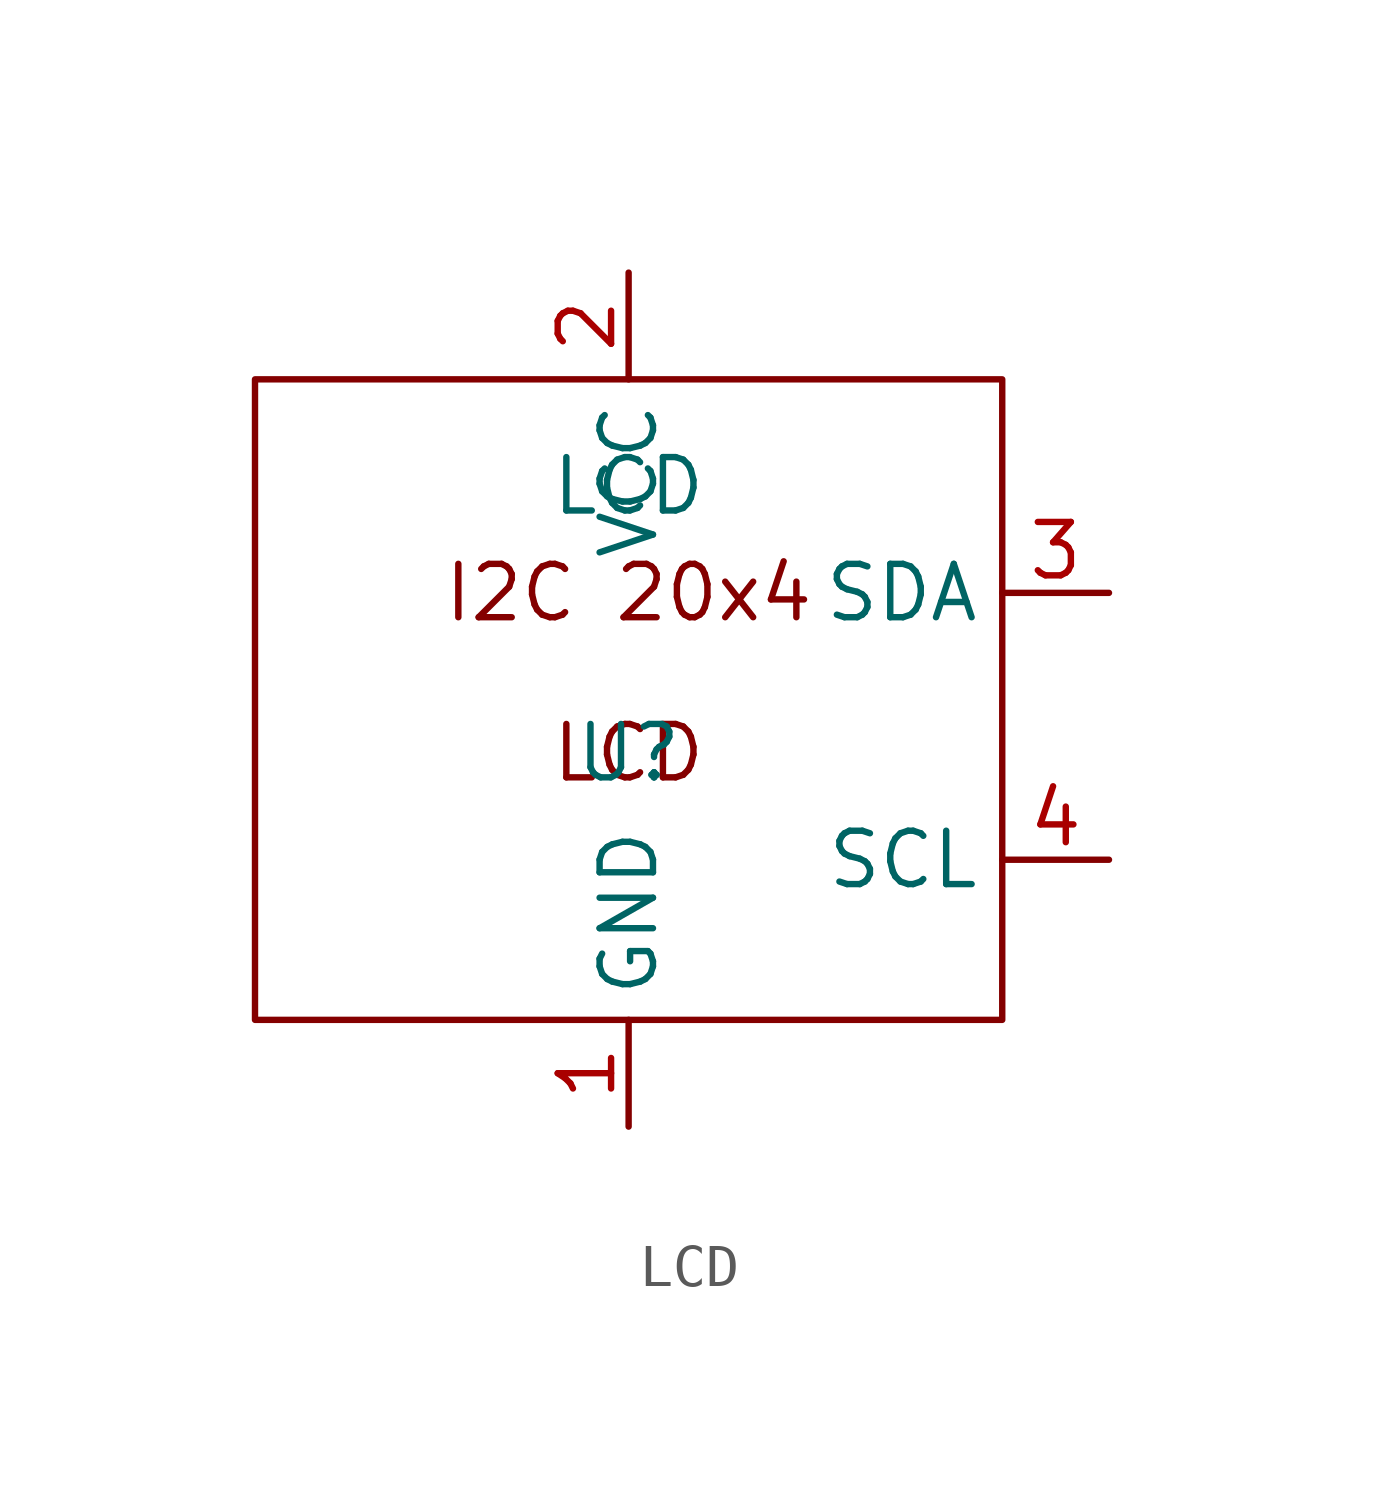
<source format=kicad_sym>
(kicad_symbol_lib
  (version 20211014)
  (generator kicad_symbol_editor)
  (symbol "LCD"
    (property "Reference" "U"
      (at 0 0 0)
      (effects (font (size 1.27 1.27))))
    (property "Value" "LCD"
      (at 0 6.35 0)
      (effects (font (size 1.27 1.27))))
    (symbol "LCD_0_0"
      (rectangle (start -8.89 8.89) (end 8.89 -6.35) (stroke (width 0) (type default) (color 0 0 0 0)) (fill (type none)))
      (text "I2C 20x4" (at 0 3.81 0) (effects (font (size 1.27 1.27))))
      (text "LCD" (at 0 0 0) (effects (font (size 1.27 1.27)))))
    (symbol "LCD_1_1"
      (pin bidirectional line (at 0 -8.89 90) (length 2.54) (name "GND" (effects (font (size 1.27 1.27)))) (number "1" (effects (font (size 1.27 1.27)))))
      (pin bidirectional line (at 0 11.43 270) (length 2.54) (name "VCC" (effects (font (size 1.27 1.27)))) (number "2" (effects (font (size 1.27 1.27)))))
      (pin bidirectional line (at 11.43 3.81 180) (length 2.54) (name "SDA" (effects (font (size 1.27 1.27)))) (number "3" (effects (font (size 1.27 1.27)))))
      (pin bidirectional line (at 11.43 -2.54 180) (length 2.54) (name "SCL" (effects (font (size 1.27 1.27)))) (number "4" (effects (font (size 1.27 1.27))))))))
</source>
